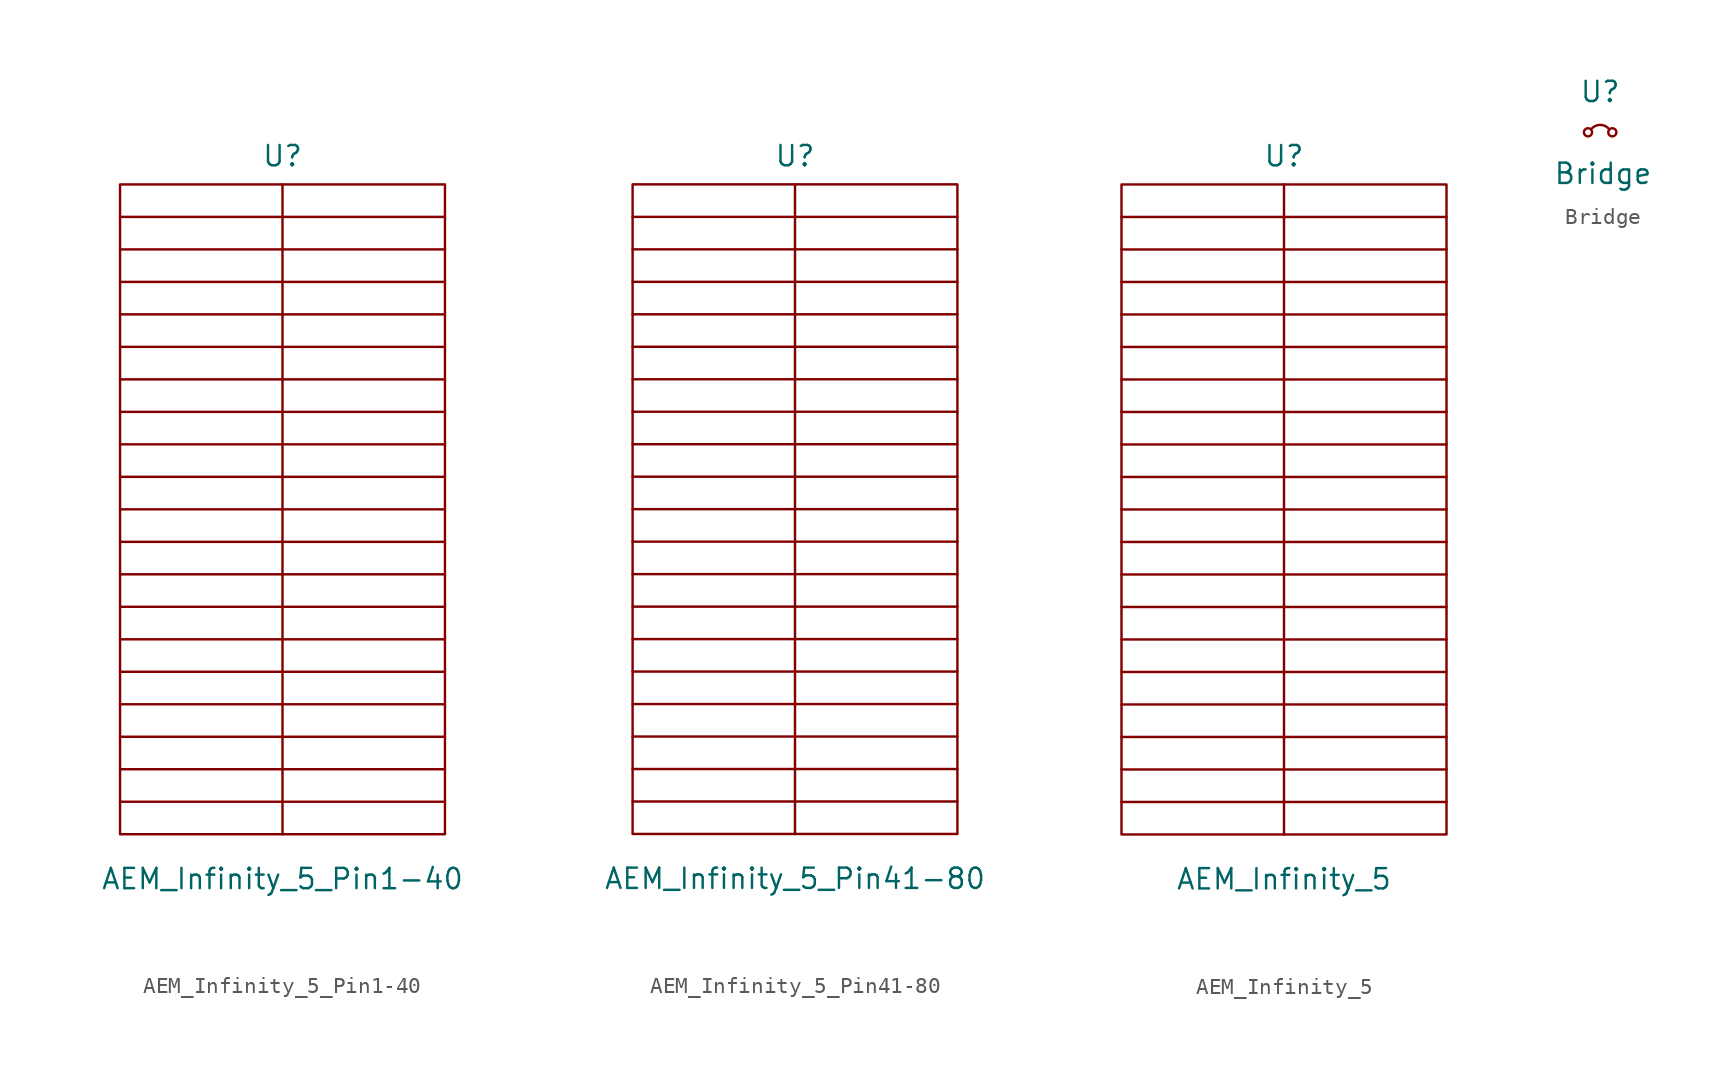
<source format=kicad_sym>
(kicad_symbol_lib
  (version 20211014)
  (generator kicad_symbol_editor)
  (symbol "AEM_Infinity_5_Pin1-40"
    (property "Reference" "U"
      (at 0 22.098 0)
      (effects (font (size 1.27 1.27))))
    (property "Value" "AEM_Infinity_5_Pin1-40"
      (at 0 -23.114 0)
      (effects (font (size 1.27 1.27))))
    (symbol "AEM_Infinity_5_Pin1-40_0_1"
      (rectangle (start -10.16 20.32) (end 10.16 -20.32) (stroke (width 0) (type default) (color 0 0 0 0)) (fill (type none)))
      (polyline (pts (xy 0 20.32) (xy 0 -20.32)) (stroke (width 0) (type default) (color 0 0 0 0)) (fill (type none)))
      (polyline (pts (xy -10.16 -18.288) (xy 10.16 -18.288) (xy 9.906 -18.288)) (stroke (width 0) (type default) (color 0 0 0 0)) (fill (type none)))
      (polyline (pts (xy -10.16 -16.256) (xy 10.16 -16.256) (xy 9.906 -16.256)) (stroke (width 0) (type default) (color 0 0 0 0)) (fill (type none)))
      (polyline (pts (xy -10.16 -14.224) (xy 10.16 -14.224) (xy 9.906 -14.224)) (stroke (width 0) (type default) (color 0 0 0 0)) (fill (type none)))
      (polyline (pts (xy -10.16 -12.192) (xy 10.16 -12.192) (xy 9.906 -12.192)) (stroke (width 0) (type default) (color 0 0 0 0)) (fill (type none)))
      (polyline (pts (xy -10.16 -10.16) (xy 10.16 -10.16) (xy 9.906 -10.16)) (stroke (width 0) (type default) (color 0 0 0 0)) (fill (type none)))
      (polyline (pts (xy -10.16 -8.128) (xy 10.16 -8.128) (xy 9.906 -8.128)) (stroke (width 0) (type default) (color 0 0 0 0)) (fill (type none)))
      (polyline (pts (xy -10.16 -6.096) (xy 10.16 -6.096) (xy 9.906 -6.096)) (stroke (width 0) (type default) (color 0 0 0 0)) (fill (type none)))
      (polyline (pts (xy -10.16 -4.064) (xy 10.16 -4.064) (xy 9.906 -4.064)) (stroke (width 0) (type default) (color 0 0 0 0)) (fill (type none)))
      (polyline (pts (xy -10.16 -2.032) (xy 10.16 -2.032) (xy 9.906 -2.032)) (stroke (width 0) (type default) (color 0 0 0 0)) (fill (type none)))
      (polyline (pts (xy -10.16 0) (xy 10.16 0) (xy 9.906 0)) (stroke (width 0) (type default) (color 0 0 0 0)) (fill (type none)))
      (polyline (pts (xy -10.16 2.032) (xy 10.16 2.032) (xy 9.906 2.032)) (stroke (width 0) (type default) (color 0 0 0 0)) (fill (type none)))
      (polyline (pts (xy -10.16 4.064) (xy 10.16 4.064) (xy 9.906 4.064)) (stroke (width 0) (type default) (color 0 0 0 0)) (fill (type none)))
      (polyline (pts (xy -10.16 6.096) (xy 10.16 6.096) (xy 9.906 6.096)) (stroke (width 0) (type default) (color 0 0 0 0)) (fill (type none)))
      (polyline (pts (xy -10.16 8.128) (xy 10.16 8.128) (xy 9.906 8.128)) (stroke (width 0) (type default) (color 0 0 0 0)) (fill (type none)))
      (polyline (pts (xy -10.16 10.16) (xy 10.16 10.16) (xy 9.906 10.16)) (stroke (width 0) (type default) (color 0 0 0 0)) (fill (type none)))
      (polyline (pts (xy -10.16 12.192) (xy 10.16 12.192) (xy 9.906 12.192)) (stroke (width 0) (type default) (color 0 0 0 0)) (fill (type none)))
      (polyline (pts (xy -10.16 14.224) (xy 10.16 14.224) (xy 9.906 14.224)) (stroke (width 0) (type default) (color 0 0 0 0)) (fill (type none)))
      (polyline (pts (xy -10.16 16.256) (xy 10.16 16.256) (xy 9.906 16.256)) (stroke (width 0) (type default) (color 0 0 0 0)) (fill (type none)))
      (polyline (pts (xy -10.16 18.288) (xy 10.16 18.288) (xy 9.906 18.288)) (stroke (width 0) (type default) (color 0 0 0 0)) (fill (type none)))))
  (symbol "AEM_Infinity_5_Pin41-80"
    (property "Reference" "U"
      (at 0 22.098 0)
      (effects (font (size 1.27 1.27))))
    (property "Value" "AEM_Infinity_5_Pin41-80"
      (at 0 -23.114 0)
      (effects (font (size 1.27 1.27))))
    (symbol "AEM_Infinity_5_Pin41-80_0_1"
      (rectangle (start -10.16 20.32) (end 10.16 -20.32) (stroke (width 0) (type default) (color 0 0 0 0)) (fill (type none)))
      (polyline (pts (xy 0 20.32) (xy 0 -20.32)) (stroke (width 0) (type default) (color 0 0 0 0)) (fill (type none)))
      (polyline (pts (xy -10.16 -18.288) (xy 10.16 -18.288) (xy 9.906 -18.288)) (stroke (width 0) (type default) (color 0 0 0 0)) (fill (type none)))
      (polyline (pts (xy -10.16 -16.256) (xy 10.16 -16.256) (xy 9.906 -16.256)) (stroke (width 0) (type default) (color 0 0 0 0)) (fill (type none)))
      (polyline (pts (xy -10.16 -14.224) (xy 10.16 -14.224) (xy 9.906 -14.224)) (stroke (width 0) (type default) (color 0 0 0 0)) (fill (type none)))
      (polyline (pts (xy -10.16 -12.192) (xy 10.16 -12.192) (xy 9.906 -12.192)) (stroke (width 0) (type default) (color 0 0 0 0)) (fill (type none)))
      (polyline (pts (xy -10.16 -10.16) (xy 10.16 -10.16) (xy 9.906 -10.16)) (stroke (width 0) (type default) (color 0 0 0 0)) (fill (type none)))
      (polyline (pts (xy -10.16 -8.128) (xy 10.16 -8.128) (xy 9.906 -8.128)) (stroke (width 0) (type default) (color 0 0 0 0)) (fill (type none)))
      (polyline (pts (xy -10.16 -6.096) (xy 10.16 -6.096) (xy 9.906 -6.096)) (stroke (width 0) (type default) (color 0 0 0 0)) (fill (type none)))
      (polyline (pts (xy -10.16 -4.064) (xy 10.16 -4.064) (xy 9.906 -4.064)) (stroke (width 0) (type default) (color 0 0 0 0)) (fill (type none)))
      (polyline (pts (xy -10.16 -2.032) (xy 10.16 -2.032) (xy 9.906 -2.032)) (stroke (width 0) (type default) (color 0 0 0 0)) (fill (type none)))
      (polyline (pts (xy -10.16 0) (xy 10.16 0) (xy 9.906 0)) (stroke (width 0) (type default) (color 0 0 0 0)) (fill (type none)))
      (polyline (pts (xy -10.16 2.032) (xy 10.16 2.032) (xy 9.906 2.032)) (stroke (width 0) (type default) (color 0 0 0 0)) (fill (type none)))
      (polyline (pts (xy -10.16 4.064) (xy 10.16 4.064) (xy 9.906 4.064)) (stroke (width 0) (type default) (color 0 0 0 0)) (fill (type none)))
      (polyline (pts (xy -10.16 6.096) (xy 10.16 6.096) (xy 9.906 6.096)) (stroke (width 0) (type default) (color 0 0 0 0)) (fill (type none)))
      (polyline (pts (xy -10.16 8.128) (xy 10.16 8.128) (xy 9.906 8.128)) (stroke (width 0) (type default) (color 0 0 0 0)) (fill (type none)))
      (polyline (pts (xy -10.16 10.16) (xy 10.16 10.16) (xy 9.906 10.16)) (stroke (width 0) (type default) (color 0 0 0 0)) (fill (type none)))
      (polyline (pts (xy -10.16 12.192) (xy 10.16 12.192) (xy 9.906 12.192)) (stroke (width 0) (type default) (color 0 0 0 0)) (fill (type none)))
      (polyline (pts (xy -10.16 14.224) (xy 10.16 14.224) (xy 9.906 14.224)) (stroke (width 0) (type default) (color 0 0 0 0)) (fill (type none)))
      (polyline (pts (xy -10.16 16.256) (xy 10.16 16.256) (xy 9.906 16.256)) (stroke (width 0) (type default) (color 0 0 0 0)) (fill (type none)))
      (polyline (pts (xy -10.16 18.288) (xy 10.16 18.288) (xy 9.906 18.288)) (stroke (width 0) (type default) (color 0 0 0 0)) (fill (type none)))))
  (symbol "AEM_Infinity_5"
    (property "Reference" "U"
      (at 0 22.098 0)
      (effects (font (size 1.27 1.27))))
    (property "Value" "AEM_Infinity_5"
      (at 0 -23.114 0)
      (effects (font (size 1.27 1.27))))
    (symbol "AEM_Infinity_5_0_1"
      (rectangle (start -10.16 20.32) (end 10.16 -20.32) (stroke (width 0) (type default) (color 0 0 0 0)) (fill (type none)))
      (polyline (pts (xy 0 20.32) (xy 0 -20.32)) (stroke (width 0) (type default) (color 0 0 0 0)) (fill (type none)))
      (polyline (pts (xy -10.16 -18.288) (xy 10.16 -18.288) (xy 9.906 -18.288)) (stroke (width 0) (type default) (color 0 0 0 0)) (fill (type none)))
      (polyline (pts (xy -10.16 -16.256) (xy 10.16 -16.256) (xy 9.906 -16.256)) (stroke (width 0) (type default) (color 0 0 0 0)) (fill (type none)))
      (polyline (pts (xy -10.16 -14.224) (xy 10.16 -14.224) (xy 9.906 -14.224)) (stroke (width 0) (type default) (color 0 0 0 0)) (fill (type none)))
      (polyline (pts (xy -10.16 -12.192) (xy 10.16 -12.192) (xy 9.906 -12.192)) (stroke (width 0) (type default) (color 0 0 0 0)) (fill (type none)))
      (polyline (pts (xy -10.16 -10.16) (xy 10.16 -10.16) (xy 9.906 -10.16)) (stroke (width 0) (type default) (color 0 0 0 0)) (fill (type none)))
      (polyline (pts (xy -10.16 -8.128) (xy 10.16 -8.128) (xy 9.906 -8.128)) (stroke (width 0) (type default) (color 0 0 0 0)) (fill (type none)))
      (polyline (pts (xy -10.16 -6.096) (xy 10.16 -6.096) (xy 9.906 -6.096)) (stroke (width 0) (type default) (color 0 0 0 0)) (fill (type none)))
      (polyline (pts (xy -10.16 -4.064) (xy 10.16 -4.064) (xy 9.906 -4.064)) (stroke (width 0) (type default) (color 0 0 0 0)) (fill (type none)))
      (polyline (pts (xy -10.16 -2.032) (xy 10.16 -2.032) (xy 9.906 -2.032)) (stroke (width 0) (type default) (color 0 0 0 0)) (fill (type none)))
      (polyline (pts (xy -10.16 0) (xy 10.16 0) (xy 9.906 0)) (stroke (width 0) (type default) (color 0 0 0 0)) (fill (type none)))
      (polyline (pts (xy -10.16 2.032) (xy 10.16 2.032) (xy 9.906 2.032)) (stroke (width 0) (type default) (color 0 0 0 0)) (fill (type none)))
      (polyline (pts (xy -10.16 4.064) (xy 10.16 4.064) (xy 9.906 4.064)) (stroke (width 0) (type default) (color 0 0 0 0)) (fill (type none)))
      (polyline (pts (xy -10.16 6.096) (xy 10.16 6.096) (xy 9.906 6.096)) (stroke (width 0) (type default) (color 0 0 0 0)) (fill (type none)))
      (polyline (pts (xy -10.16 8.128) (xy 10.16 8.128) (xy 9.906 8.128)) (stroke (width 0) (type default) (color 0 0 0 0)) (fill (type none)))
      (polyline (pts (xy -10.16 10.16) (xy 10.16 10.16) (xy 9.906 10.16)) (stroke (width 0) (type default) (color 0 0 0 0)) (fill (type none)))
      (polyline (pts (xy -10.16 12.192) (xy 10.16 12.192) (xy 9.906 12.192)) (stroke (width 0) (type default) (color 0 0 0 0)) (fill (type none)))
      (polyline (pts (xy -10.16 14.224) (xy 10.16 14.224) (xy 9.906 14.224)) (stroke (width 0) (type default) (color 0 0 0 0)) (fill (type none)))
      (polyline (pts (xy -10.16 16.256) (xy 10.16 16.256) (xy 9.906 16.256)) (stroke (width 0) (type default) (color 0 0 0 0)) (fill (type none)))
      (polyline (pts (xy -10.16 18.288) (xy 10.16 18.288) (xy 9.906 18.288)) (stroke (width 0) (type default) (color 0 0 0 0)) (fill (type none)))))
  (symbol "Bridge"
    (property "Reference" "U"
      (at 0 2.54 0)
      (effects (font (size 1.27 1.27))))
    (property "Value" "Bridge"
      (at 0.178 -2.591 0)
      (effects (font (size 1.27 1.27))))
    (symbol "Bridge_0_1"
      (circle (center -0.762 0) (radius 0.254) (stroke (width 0) (type default) (color 0 0 0 0)) (fill (type none)))
      (arc (start 0.508 0.254) (mid 0 0.4644) (end -0.508 0.254) (stroke (width 0) (type default) (color 0 0 0 0)) (fill (type none)))
      (circle (center 0.762 0) (radius 0.254) (stroke (width 0) (type default) (color 0 0 0 0)) (fill (type none))))))
</source>
